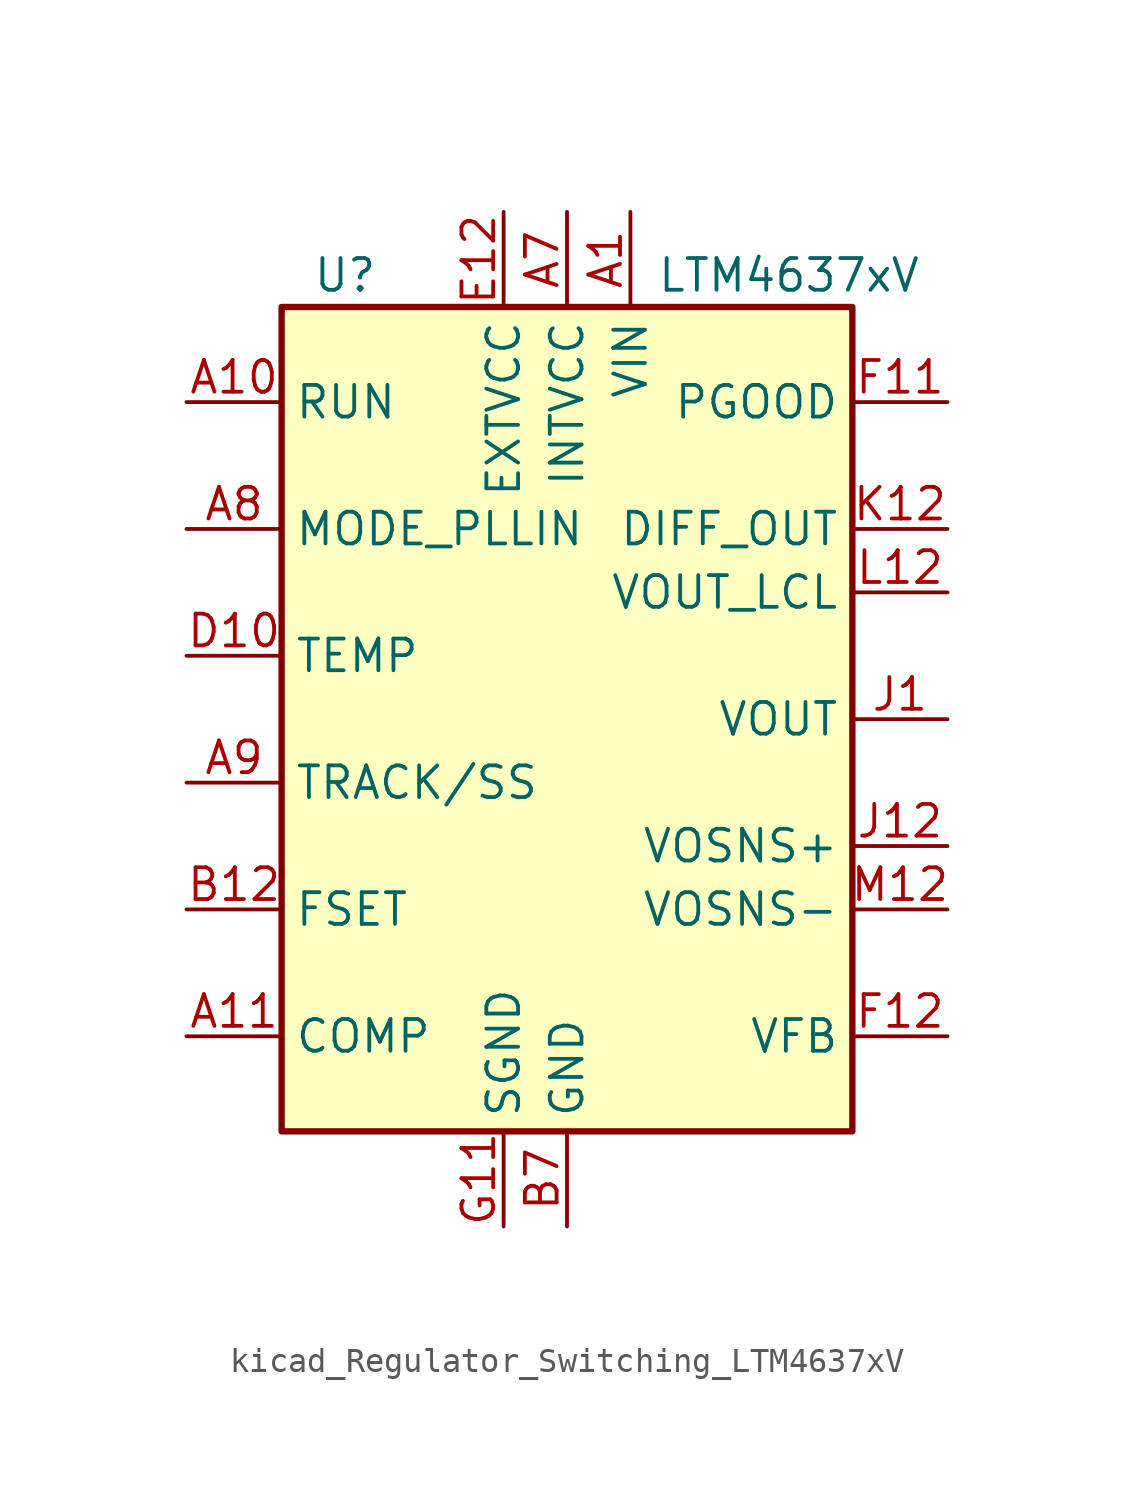
<source format=kicad_sym>
(kicad_symbol_lib
  (version 20220914)
  (generator kicad_symbol_editor)
  (symbol "kicad_Regulator_Switching_LTM4637xV"
    (property "Reference" "U"
      (at -8.89 17.78 0)
      (effects (font (size 1.27 1.27))))
    (property "Value" "LTM4637xV"
      (at 8.89 17.78 0)
      (effects (font (size 1.27 1.27))))
    (symbol "kicad_Regulator_Switching_LTM4637xV_0_1"
      (rectangle (start 11.43 16.51) (end -11.43 -16.51) (stroke (width 0.254) (type default)) (fill (type background))))
    (symbol "kicad_Regulator_Switching_LTM4637xV_1_1"
      (pin power_in line (at 2.54 20.32 270) (length 3.81) (name "VIN" (effects (font (size 1.27 1.27)))) (number "A1" (effects (font (size 1.27 1.27)))))
      (pin input line (at -15.24 12.7 0) (length 3.81) (name "RUN" (effects (font (size 1.27 1.27)))) (number "A10" (effects (font (size 1.27 1.27)))))
      (pin passive line (at -15.24 -12.7 0) (length 3.81) (name "COMP" (effects (font (size 1.27 1.27)))) (number "A11" (effects (font (size 1.27 1.27)))))
      (pin no_connect line (at -10.16 -15.24 90) (length 2.54) hide (name "MTP1" (effects (font (size 1.27 1.27)))) (number "A12" (effects (font (size 1.27 1.27)))))
      (pin passive line (at 2.54 20.32 270) (length 3.81) hide (name "VIN" (effects (font (size 1.27 1.27)))) (number "A2" (effects (font (size 1.27 1.27)))))
      (pin passive line (at 2.54 20.32 270) (length 3.81) hide (name "VIN" (effects (font (size 1.27 1.27)))) (number "A3" (effects (font (size 1.27 1.27)))))
      (pin passive line (at 2.54 20.32 270) (length 3.81) hide (name "VIN" (effects (font (size 1.27 1.27)))) (number "A4" (effects (font (size 1.27 1.27)))))
      (pin passive line (at 2.54 20.32 270) (length 3.81) hide (name "VIN" (effects (font (size 1.27 1.27)))) (number "A5" (effects (font (size 1.27 1.27)))))
      (pin passive line (at 2.54 20.32 270) (length 3.81) hide (name "VIN" (effects (font (size 1.27 1.27)))) (number "A6" (effects (font (size 1.27 1.27)))))
      (pin power_out line (at 0 20.32 270) (length 3.81) (name "INTVCC" (effects (font (size 1.27 1.27)))) (number "A7" (effects (font (size 1.27 1.27)))))
      (pin input line (at -15.24 7.62 0) (length 3.81) (name "MODE_PLLIN" (effects (font (size 1.27 1.27)))) (number "A8" (effects (font (size 1.27 1.27)))))
      (pin passive line (at -15.24 -2.54 0) (length 3.81) (name "TRACK/SS" (effects (font (size 1.27 1.27)))) (number "A9" (effects (font (size 1.27 1.27)))))
      (pin passive line (at 2.54 20.32 270) (length 3.81) hide (name "VIN" (effects (font (size 1.27 1.27)))) (number "B1" (effects (font (size 1.27 1.27)))))
      (pin no_connect line (at -7.62 -15.24 90) (length 2.54) hide (name "MTP2" (effects (font (size 1.27 1.27)))) (number "B11" (effects (font (size 1.27 1.27)))))
      (pin passive line (at -15.24 -7.62 0) (length 3.81) (name "FSET" (effects (font (size 1.27 1.27)))) (number "B12" (effects (font (size 1.27 1.27)))))
      (pin passive line (at 2.54 20.32 270) (length 3.81) hide (name "VIN" (effects (font (size 1.27 1.27)))) (number "B2" (effects (font (size 1.27 1.27)))))
      (pin passive line (at 2.54 20.32 270) (length 3.81) hide (name "VIN" (effects (font (size 1.27 1.27)))) (number "B3" (effects (font (size 1.27 1.27)))))
      (pin passive line (at 2.54 20.32 270) (length 3.81) hide (name "VIN" (effects (font (size 1.27 1.27)))) (number "B4" (effects (font (size 1.27 1.27)))))
      (pin passive line (at 2.54 20.32 270) (length 3.81) hide (name "VIN" (effects (font (size 1.27 1.27)))) (number "B5" (effects (font (size 1.27 1.27)))))
      (pin passive line (at 2.54 20.32 270) (length 3.81) hide (name "VIN" (effects (font (size 1.27 1.27)))) (number "B6" (effects (font (size 1.27 1.27)))))
      (pin power_in line (at 0 -20.32 90) (length 3.81) (name "GND" (effects (font (size 1.27 1.27)))) (number "B7" (effects (font (size 1.27 1.27)))))
      (pin passive line (at 0 -20.32 90) (length 3.81) hide (name "GND" (effects (font (size 1.27 1.27)))) (number "B9" (effects (font (size 1.27 1.27)))))
      (pin passive line (at 2.54 20.32 270) (length 3.81) hide (name "VIN" (effects (font (size 1.27 1.27)))) (number "C1" (effects (font (size 1.27 1.27)))))
      (pin no_connect line (at -5.08 -15.24 90) (length 2.54) hide (name "MTP3" (effects (font (size 1.27 1.27)))) (number "C10" (effects (font (size 1.27 1.27)))))
      (pin no_connect line (at 2.54 -15.24 90) (length 2.54) hide (name "MTP4" (effects (font (size 1.27 1.27)))) (number "C11" (effects (font (size 1.27 1.27)))))
      (pin no_connect line (at 5.08 -15.24 90) (length 2.54) hide (name "MTP5" (effects (font (size 1.27 1.27)))) (number "C12" (effects (font (size 1.27 1.27)))))
      (pin passive line (at 2.54 20.32 270) (length 3.81) hide (name "VIN" (effects (font (size 1.27 1.27)))) (number "C2" (effects (font (size 1.27 1.27)))))
      (pin passive line (at 2.54 20.32 270) (length 3.81) hide (name "VIN" (effects (font (size 1.27 1.27)))) (number "C3" (effects (font (size 1.27 1.27)))))
      (pin passive line (at 2.54 20.32 270) (length 3.81) hide (name "VIN" (effects (font (size 1.27 1.27)))) (number "C4" (effects (font (size 1.27 1.27)))))
      (pin passive line (at 2.54 20.32 270) (length 3.81) hide (name "VIN" (effects (font (size 1.27 1.27)))) (number "C5" (effects (font (size 1.27 1.27)))))
      (pin passive line (at 2.54 20.32 270) (length 3.81) hide (name "VIN" (effects (font (size 1.27 1.27)))) (number "C6" (effects (font (size 1.27 1.27)))))
      (pin passive line (at 0 -20.32 90) (length 3.81) hide (name "GND" (effects (font (size 1.27 1.27)))) (number "C7" (effects (font (size 1.27 1.27)))))
      (pin passive line (at 0 -20.32 90) (length 3.81) hide (name "GND" (effects (font (size 1.27 1.27)))) (number "C9" (effects (font (size 1.27 1.27)))))
      (pin passive line (at 0 -20.32 90) (length 3.81) hide (name "GND" (effects (font (size 1.27 1.27)))) (number "D1" (effects (font (size 1.27 1.27)))))
      (pin passive line (at -15.24 2.54 0) (length 3.81) (name "TEMP" (effects (font (size 1.27 1.27)))) (number "D10" (effects (font (size 1.27 1.27)))))
      (pin no_connect line (at 7.62 -15.24 90) (length 2.54) hide (name "MTP6" (effects (font (size 1.27 1.27)))) (number "D11" (effects (font (size 1.27 1.27)))))
      (pin no_connect line (at 10.16 -15.24 90) (length 2.54) hide (name "MTP7" (effects (font (size 1.27 1.27)))) (number "D12" (effects (font (size 1.27 1.27)))))
      (pin passive line (at 0 -20.32 90) (length 3.81) hide (name "GND" (effects (font (size 1.27 1.27)))) (number "D2" (effects (font (size 1.27 1.27)))))
      (pin passive line (at 0 -20.32 90) (length 3.81) hide (name "GND" (effects (font (size 1.27 1.27)))) (number "D3" (effects (font (size 1.27 1.27)))))
      (pin passive line (at 0 -20.32 90) (length 3.81) hide (name "GND" (effects (font (size 1.27 1.27)))) (number "D4" (effects (font (size 1.27 1.27)))))
      (pin passive line (at 0 -20.32 90) (length 3.81) hide (name "GND" (effects (font (size 1.27 1.27)))) (number "D5" (effects (font (size 1.27 1.27)))))
      (pin passive line (at 0 -20.32 90) (length 3.81) hide (name "GND" (effects (font (size 1.27 1.27)))) (number "D6" (effects (font (size 1.27 1.27)))))
      (pin passive line (at 0 -20.32 90) (length 3.81) hide (name "GND" (effects (font (size 1.27 1.27)))) (number "D8" (effects (font (size 1.27 1.27)))))
      (pin passive line (at 0 20.32 270) (length 3.81) hide (name "INTVCC" (effects (font (size 1.27 1.27)))) (number "D9" (effects (font (size 1.27 1.27)))))
      (pin passive line (at 0 -20.32 90) (length 3.81) hide (name "GND" (effects (font (size 1.27 1.27)))) (number "E1" (effects (font (size 1.27 1.27)))))
      (pin power_in line (at -2.54 20.32 270) (length 3.81) (name "EXTVCC" (effects (font (size 1.27 1.27)))) (number "E12" (effects (font (size 1.27 1.27)))))
      (pin passive line (at 0 -20.32 90) (length 3.81) hide (name "GND" (effects (font (size 1.27 1.27)))) (number "E2" (effects (font (size 1.27 1.27)))))
      (pin passive line (at 0 -20.32 90) (length 3.81) hide (name "GND" (effects (font (size 1.27 1.27)))) (number "E3" (effects (font (size 1.27 1.27)))))
      (pin passive line (at 0 -20.32 90) (length 3.81) hide (name "GND" (effects (font (size 1.27 1.27)))) (number "E4" (effects (font (size 1.27 1.27)))))
      (pin passive line (at 0 -20.32 90) (length 3.81) hide (name "GND" (effects (font (size 1.27 1.27)))) (number "E5" (effects (font (size 1.27 1.27)))))
      (pin passive line (at 0 -20.32 90) (length 3.81) hide (name "GND" (effects (font (size 1.27 1.27)))) (number "E6" (effects (font (size 1.27 1.27)))))
      (pin passive line (at 0 -20.32 90) (length 3.81) hide (name "GND" (effects (font (size 1.27 1.27)))) (number "E7" (effects (font (size 1.27 1.27)))))
      (pin passive line (at 0 -20.32 90) (length 3.81) hide (name "GND" (effects (font (size 1.27 1.27)))) (number "E9" (effects (font (size 1.27 1.27)))))
      (pin passive line (at 0 -20.32 90) (length 3.81) hide (name "GND" (effects (font (size 1.27 1.27)))) (number "F1" (effects (font (size 1.27 1.27)))))
      (pin open_collector line (at 15.24 12.7 180) (length 3.81) (name "PGOOD" (effects (font (size 1.27 1.27)))) (number "F11" (effects (font (size 1.27 1.27)))))
      (pin input line (at 15.24 -12.7 180) (length 3.81) (name "VFB" (effects (font (size 1.27 1.27)))) (number "F12" (effects (font (size 1.27 1.27)))))
      (pin passive line (at 0 -20.32 90) (length 3.81) hide (name "GND" (effects (font (size 1.27 1.27)))) (number "F2" (effects (font (size 1.27 1.27)))))
      (pin passive line (at 0 -20.32 90) (length 3.81) hide (name "GND" (effects (font (size 1.27 1.27)))) (number "F3" (effects (font (size 1.27 1.27)))))
      (pin passive line (at 0 -20.32 90) (length 3.81) hide (name "GND" (effects (font (size 1.27 1.27)))) (number "F4" (effects (font (size 1.27 1.27)))))
      (pin passive line (at 0 -20.32 90) (length 3.81) hide (name "GND" (effects (font (size 1.27 1.27)))) (number "F5" (effects (font (size 1.27 1.27)))))
      (pin passive line (at 0 -20.32 90) (length 3.81) hide (name "GND" (effects (font (size 1.27 1.27)))) (number "F6" (effects (font (size 1.27 1.27)))))
      (pin passive line (at 0 -20.32 90) (length 3.81) hide (name "GND" (effects (font (size 1.27 1.27)))) (number "F7" (effects (font (size 1.27 1.27)))))
      (pin passive line (at 0 -20.32 90) (length 3.81) hide (name "GND" (effects (font (size 1.27 1.27)))) (number "F8" (effects (font (size 1.27 1.27)))))
      (pin passive line (at 0 -20.32 90) (length 3.81) hide (name "GND" (effects (font (size 1.27 1.27)))) (number "F9" (effects (font (size 1.27 1.27)))))
      (pin passive line (at 0 -20.32 90) (length 3.81) hide (name "GND" (effects (font (size 1.27 1.27)))) (number "G1" (effects (font (size 1.27 1.27)))))
      (pin power_in line (at -2.54 -20.32 90) (length 3.81) (name "SGND" (effects (font (size 1.27 1.27)))) (number "G11" (effects (font (size 1.27 1.27)))))
      (pin open_collector line (at 15.24 12.7 180) (length 3.81) hide (name "PGOOD" (effects (font (size 1.27 1.27)))) (number "G12" (effects (font (size 1.27 1.27)))))
      (pin passive line (at 0 -20.32 90) (length 3.81) hide (name "GND" (effects (font (size 1.27 1.27)))) (number "G2" (effects (font (size 1.27 1.27)))))
      (pin passive line (at 0 -20.32 90) (length 3.81) hide (name "GND" (effects (font (size 1.27 1.27)))) (number "G3" (effects (font (size 1.27 1.27)))))
      (pin passive line (at 0 -20.32 90) (length 3.81) hide (name "GND" (effects (font (size 1.27 1.27)))) (number "G4" (effects (font (size 1.27 1.27)))))
      (pin passive line (at 0 -20.32 90) (length 3.81) hide (name "GND" (effects (font (size 1.27 1.27)))) (number "G5" (effects (font (size 1.27 1.27)))))
      (pin passive line (at 0 -20.32 90) (length 3.81) hide (name "GND" (effects (font (size 1.27 1.27)))) (number "G6" (effects (font (size 1.27 1.27)))))
      (pin passive line (at 0 -20.32 90) (length 3.81) hide (name "GND" (effects (font (size 1.27 1.27)))) (number "G7" (effects (font (size 1.27 1.27)))))
      (pin passive line (at 0 -20.32 90) (length 3.81) hide (name "GND" (effects (font (size 1.27 1.27)))) (number "G8" (effects (font (size 1.27 1.27)))))
      (pin passive line (at 0 -20.32 90) (length 3.81) hide (name "GND" (effects (font (size 1.27 1.27)))) (number "G9" (effects (font (size 1.27 1.27)))))
      (pin passive line (at 0 -20.32 90) (length 3.81) hide (name "GND" (effects (font (size 1.27 1.27)))) (number "H1" (effects (font (size 1.27 1.27)))))
      (pin passive line (at -2.54 -20.32 90) (length 3.81) hide (name "SGND" (effects (font (size 1.27 1.27)))) (number "H11" (effects (font (size 1.27 1.27)))))
      (pin passive line (at -2.54 -20.32 90) (length 3.81) hide (name "SGND" (effects (font (size 1.27 1.27)))) (number "H12" (effects (font (size 1.27 1.27)))))
      (pin passive line (at 0 -20.32 90) (length 3.81) hide (name "GND" (effects (font (size 1.27 1.27)))) (number "H2" (effects (font (size 1.27 1.27)))))
      (pin passive line (at 0 -20.32 90) (length 3.81) hide (name "GND" (effects (font (size 1.27 1.27)))) (number "H3" (effects (font (size 1.27 1.27)))))
      (pin passive line (at 0 -20.32 90) (length 3.81) hide (name "GND" (effects (font (size 1.27 1.27)))) (number "H4" (effects (font (size 1.27 1.27)))))
      (pin passive line (at 0 -20.32 90) (length 3.81) hide (name "GND" (effects (font (size 1.27 1.27)))) (number "H5" (effects (font (size 1.27 1.27)))))
      (pin passive line (at 0 -20.32 90) (length 3.81) hide (name "GND" (effects (font (size 1.27 1.27)))) (number "H6" (effects (font (size 1.27 1.27)))))
      (pin passive line (at 0 -20.32 90) (length 3.81) hide (name "GND" (effects (font (size 1.27 1.27)))) (number "H7" (effects (font (size 1.27 1.27)))))
      (pin passive line (at 0 -20.32 90) (length 3.81) hide (name "GND" (effects (font (size 1.27 1.27)))) (number "H8" (effects (font (size 1.27 1.27)))))
      (pin passive line (at 0 -20.32 90) (length 3.81) hide (name "GND" (effects (font (size 1.27 1.27)))) (number "H9" (effects (font (size 1.27 1.27)))))
      (pin power_out line (at 15.24 0 180) (length 3.81) (name "VOUT" (effects (font (size 1.27 1.27)))) (number "J1" (effects (font (size 1.27 1.27)))))
      (pin passive line (at 15.24 0 180) (length 3.81) hide (name "VOUT" (effects (font (size 1.27 1.27)))) (number "J10" (effects (font (size 1.27 1.27)))))
      (pin input line (at 15.24 -5.08 180) (length 3.81) (name "VOSNS+" (effects (font (size 1.27 1.27)))) (number "J12" (effects (font (size 1.27 1.27)))))
      (pin passive line (at 15.24 0 180) (length 3.81) hide (name "VOUT" (effects (font (size 1.27 1.27)))) (number "J2" (effects (font (size 1.27 1.27)))))
      (pin passive line (at 15.24 0 180) (length 3.81) hide (name "VOUT" (effects (font (size 1.27 1.27)))) (number "J3" (effects (font (size 1.27 1.27)))))
      (pin passive line (at 15.24 0 180) (length 3.81) hide (name "VOUT" (effects (font (size 1.27 1.27)))) (number "J4" (effects (font (size 1.27 1.27)))))
      (pin passive line (at 15.24 0 180) (length 3.81) hide (name "VOUT" (effects (font (size 1.27 1.27)))) (number "J5" (effects (font (size 1.27 1.27)))))
      (pin passive line (at 15.24 0 180) (length 3.81) hide (name "VOUT" (effects (font (size 1.27 1.27)))) (number "J6" (effects (font (size 1.27 1.27)))))
      (pin passive line (at 15.24 0 180) (length 3.81) hide (name "VOUT" (effects (font (size 1.27 1.27)))) (number "J7" (effects (font (size 1.27 1.27)))))
      (pin passive line (at 15.24 0 180) (length 3.81) hide (name "VOUT" (effects (font (size 1.27 1.27)))) (number "J8" (effects (font (size 1.27 1.27)))))
      (pin passive line (at 15.24 0 180) (length 3.81) hide (name "VOUT" (effects (font (size 1.27 1.27)))) (number "J9" (effects (font (size 1.27 1.27)))))
      (pin passive line (at 15.24 0 180) (length 3.81) hide (name "VOUT" (effects (font (size 1.27 1.27)))) (number "K1" (effects (font (size 1.27 1.27)))))
      (pin passive line (at 15.24 0 180) (length 3.81) hide (name "VOUT" (effects (font (size 1.27 1.27)))) (number "K10" (effects (font (size 1.27 1.27)))))
      (pin passive line (at 15.24 0 180) (length 3.81) hide (name "VOUT" (effects (font (size 1.27 1.27)))) (number "K11" (effects (font (size 1.27 1.27)))))
      (pin output line (at 15.24 7.62 180) (length 3.81) (name "DIFF_OUT" (effects (font (size 1.27 1.27)))) (number "K12" (effects (font (size 1.27 1.27)))))
      (pin passive line (at 15.24 0 180) (length 3.81) hide (name "VOUT" (effects (font (size 1.27 1.27)))) (number "K2" (effects (font (size 1.27 1.27)))))
      (pin passive line (at 15.24 0 180) (length 3.81) hide (name "VOUT" (effects (font (size 1.27 1.27)))) (number "K3" (effects (font (size 1.27 1.27)))))
      (pin passive line (at 15.24 0 180) (length 3.81) hide (name "VOUT" (effects (font (size 1.27 1.27)))) (number "K4" (effects (font (size 1.27 1.27)))))
      (pin passive line (at 15.24 0 180) (length 3.81) hide (name "VOUT" (effects (font (size 1.27 1.27)))) (number "K5" (effects (font (size 1.27 1.27)))))
      (pin passive line (at 15.24 0 180) (length 3.81) hide (name "VOUT" (effects (font (size 1.27 1.27)))) (number "K6" (effects (font (size 1.27 1.27)))))
      (pin passive line (at 15.24 0 180) (length 3.81) hide (name "VOUT" (effects (font (size 1.27 1.27)))) (number "K7" (effects (font (size 1.27 1.27)))))
      (pin passive line (at 15.24 0 180) (length 3.81) hide (name "VOUT" (effects (font (size 1.27 1.27)))) (number "K8" (effects (font (size 1.27 1.27)))))
      (pin passive line (at 15.24 0 180) (length 3.81) hide (name "VOUT" (effects (font (size 1.27 1.27)))) (number "K9" (effects (font (size 1.27 1.27)))))
      (pin passive line (at 15.24 0 180) (length 3.81) hide (name "VOUT" (effects (font (size 1.27 1.27)))) (number "L1" (effects (font (size 1.27 1.27)))))
      (pin passive line (at 15.24 0 180) (length 3.81) hide (name "VOUT" (effects (font (size 1.27 1.27)))) (number "L10" (effects (font (size 1.27 1.27)))))
      (pin passive line (at 15.24 0 180) (length 3.81) hide (name "VOUT" (effects (font (size 1.27 1.27)))) (number "L11" (effects (font (size 1.27 1.27)))))
      (pin input line (at 15.24 5.08 180) (length 3.81) (name "VOUT_LCL" (effects (font (size 1.27 1.27)))) (number "L12" (effects (font (size 1.27 1.27)))))
      (pin passive line (at 15.24 0 180) (length 3.81) hide (name "VOUT" (effects (font (size 1.27 1.27)))) (number "L2" (effects (font (size 1.27 1.27)))))
      (pin passive line (at 15.24 0 180) (length 3.81) hide (name "VOUT" (effects (font (size 1.27 1.27)))) (number "L3" (effects (font (size 1.27 1.27)))))
      (pin passive line (at 15.24 0 180) (length 3.81) hide (name "VOUT" (effects (font (size 1.27 1.27)))) (number "L4" (effects (font (size 1.27 1.27)))))
      (pin passive line (at 15.24 0 180) (length 3.81) hide (name "VOUT" (effects (font (size 1.27 1.27)))) (number "L5" (effects (font (size 1.27 1.27)))))
      (pin passive line (at 15.24 0 180) (length 3.81) hide (name "VOUT" (effects (font (size 1.27 1.27)))) (number "L6" (effects (font (size 1.27 1.27)))))
      (pin passive line (at 15.24 0 180) (length 3.81) hide (name "VOUT" (effects (font (size 1.27 1.27)))) (number "L7" (effects (font (size 1.27 1.27)))))
      (pin passive line (at 15.24 0 180) (length 3.81) hide (name "VOUT" (effects (font (size 1.27 1.27)))) (number "L8" (effects (font (size 1.27 1.27)))))
      (pin passive line (at 15.24 0 180) (length 3.81) hide (name "VOUT" (effects (font (size 1.27 1.27)))) (number "L9" (effects (font (size 1.27 1.27)))))
      (pin passive line (at 15.24 0 180) (length 3.81) hide (name "VOUT" (effects (font (size 1.27 1.27)))) (number "M1" (effects (font (size 1.27 1.27)))))
      (pin passive line (at 15.24 0 180) (length 3.81) hide (name "VOUT" (effects (font (size 1.27 1.27)))) (number "M10" (effects (font (size 1.27 1.27)))))
      (pin passive line (at 15.24 0 180) (length 3.81) hide (name "VOUT" (effects (font (size 1.27 1.27)))) (number "M11" (effects (font (size 1.27 1.27)))))
      (pin input line (at 15.24 -7.62 180) (length 3.81) (name "VOSNS-" (effects (font (size 1.27 1.27)))) (number "M12" (effects (font (size 1.27 1.27)))))
      (pin passive line (at 15.24 0 180) (length 3.81) hide (name "VOUT" (effects (font (size 1.27 1.27)))) (number "M2" (effects (font (size 1.27 1.27)))))
      (pin passive line (at 15.24 0 180) (length 3.81) hide (name "VOUT" (effects (font (size 1.27 1.27)))) (number "M3" (effects (font (size 1.27 1.27)))))
      (pin passive line (at 15.24 0 180) (length 3.81) hide (name "VOUT" (effects (font (size 1.27 1.27)))) (number "M4" (effects (font (size 1.27 1.27)))))
      (pin passive line (at 15.24 0 180) (length 3.81) hide (name "VOUT" (effects (font (size 1.27 1.27)))) (number "M5" (effects (font (size 1.27 1.27)))))
      (pin passive line (at 15.24 0 180) (length 3.81) hide (name "VOUT" (effects (font (size 1.27 1.27)))) (number "M6" (effects (font (size 1.27 1.27)))))
      (pin passive line (at 15.24 0 180) (length 3.81) hide (name "VOUT" (effects (font (size 1.27 1.27)))) (number "M7" (effects (font (size 1.27 1.27)))))
      (pin passive line (at 15.24 0 180) (length 3.81) hide (name "VOUT" (effects (font (size 1.27 1.27)))) (number "M8" (effects (font (size 1.27 1.27)))))
      (pin passive line (at 15.24 0 180) (length 3.81) hide (name "VOUT" (effects (font (size 1.27 1.27)))) (number "M9" (effects (font (size 1.27 1.27))))))))
</source>
